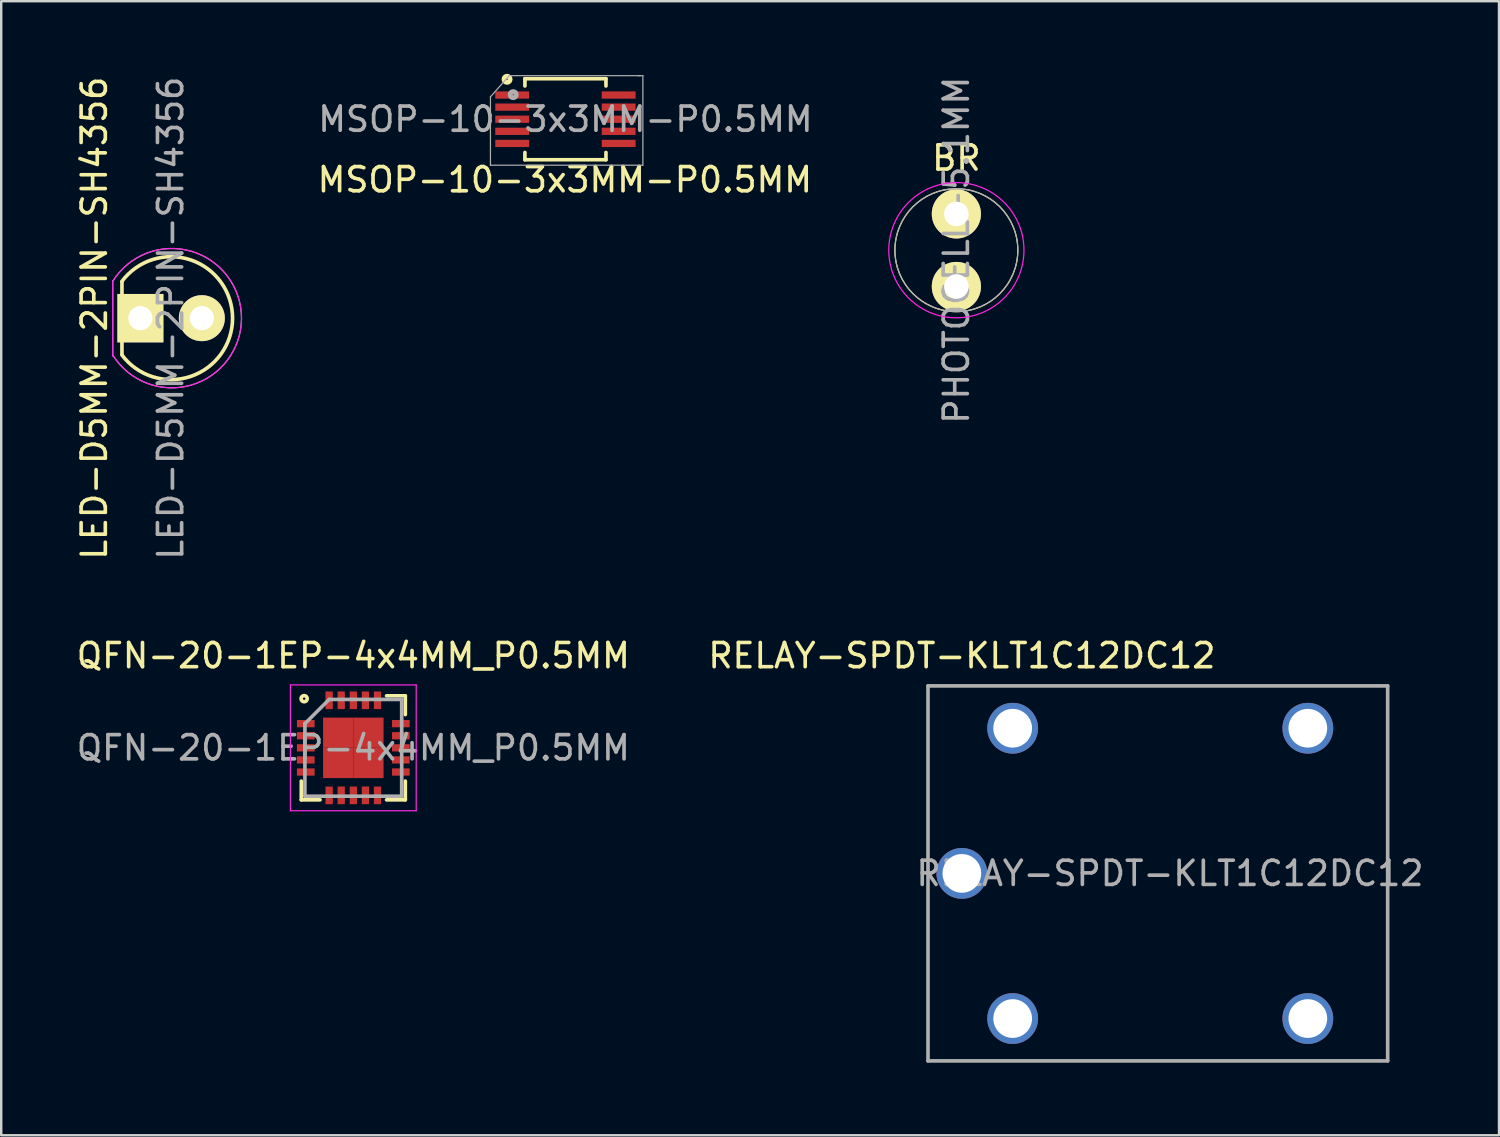
<source format=kicad_pcb>
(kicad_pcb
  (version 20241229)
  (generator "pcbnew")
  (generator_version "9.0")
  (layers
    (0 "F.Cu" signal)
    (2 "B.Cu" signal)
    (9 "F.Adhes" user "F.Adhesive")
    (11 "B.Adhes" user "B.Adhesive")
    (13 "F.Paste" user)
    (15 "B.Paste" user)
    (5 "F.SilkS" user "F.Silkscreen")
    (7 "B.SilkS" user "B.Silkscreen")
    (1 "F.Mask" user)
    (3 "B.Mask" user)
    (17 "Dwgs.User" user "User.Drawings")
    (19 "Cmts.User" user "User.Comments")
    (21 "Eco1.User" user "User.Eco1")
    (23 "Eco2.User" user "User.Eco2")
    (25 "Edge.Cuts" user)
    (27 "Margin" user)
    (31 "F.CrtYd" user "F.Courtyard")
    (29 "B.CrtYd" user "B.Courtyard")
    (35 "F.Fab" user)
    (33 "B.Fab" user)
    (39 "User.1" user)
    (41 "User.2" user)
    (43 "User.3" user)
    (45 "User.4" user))
  (footprint "LED-D5MM-2PIN-SH4356"
    (layer "F.Cu")
    (at 2.753 10.101)
    (property "Reference" "LED-D5MM-2PIN-SH4356" (at 1.25 0 270) (layer "F.Fab") (effects (font (size 1 1) (thickness 0.15))))
    (attr through_hole)
    (fp_line (start -0.762 1.5) (end -0.762 -1.5) (stroke (width 0.15) (type solid)) (layer "F.SilkS"))
    (fp_arc (start -0.762 -1.524) (mid 3.81 0) (end -0.762 1.524) (stroke (width 0.15) (type solid)) (layer "F.SilkS"))
    (fp_line (start -1.143 -1.524) (end -1.143 1.576) (stroke (width 0.05) (type solid)) (layer "F.CrtYd"))
    (fp_arc (start -1.143 -1.524) (mid 4.179379 0) (end -1.143 1.524) (stroke (width 0.05) (type solid)) (layer "F.CrtYd"))
    (fp_line (start -1.143 -1.55) (end -1.143 1.55) (stroke (width 0.05) (type solid)) (layer "F.Fab"))
    (fp_arc (start -1.143 -1.524) (mid 4.179379 0) (end -1.143 1.524) (stroke (width 0.05) (type solid)) (layer "F.Fab"))
    (fp_text user "${REFERENCE}" (at -1.905 0 90) (layer "F.SilkS") (effects (font (size 1 1) (thickness 0.15))))
    (pad "1" thru_hole rect (at 0 0 90) (size 2 1.9) (drill 1.001) (layers "*.Cu" "*.Mask" "F.SilkS"))
    (pad "2" thru_hole circle (at 2.54 0) (size 1.9 1.9) (drill 1.001) (layers "*.Cu" "*.Mask" "F.SilkS")))
  (footprint "MSOP-10-3x3MM-P0.5MM"
    (layer "F.Cu")
    (at 20.322 1.878)
    (property "Reference" "MSOP-10-3x3MM-P0.5MM" (at 0 0 0) (layer "F.Fab") (effects (font (size 1 1) (thickness 0.15))))
    (attr smd)
    (fp_line (start -1.675 -1.675) (end -1.675 -1.375) (stroke (width 0.15) (type solid)) (layer "F.SilkS"))
    (fp_line (start -1.675 -1.675) (end 1.675 -1.675) (stroke (width 0.15) (type solid)) (layer "F.SilkS"))
    (fp_line (start -1.675 1.675) (end -1.675 1.375) (stroke (width 0.15) (type solid)) (layer "F.SilkS"))
    (fp_line (start -1.675 1.675) (end 1.675 1.675) (stroke (width 0.15) (type solid)) (layer "F.SilkS"))
    (fp_line (start 1.675 -1.675) (end 1.675 -1.375) (stroke (width 0.15) (type solid)) (layer "F.SilkS"))
    (fp_line (start 1.675 1.675) (end 1.675 1.375) (stroke (width 0.15) (type solid)) (layer "F.SilkS"))
    (fp_circle (center -2.413 -1.651) (end -2.413 -1.778) (stroke (width 0.2) (type solid)) (fill no) (layer "F.SilkS"))
    (fp_line (start -3.1 -0.925) (end -3.1 1.9) (stroke (width 0.051) (type solid)) (layer "F.Fab"))
    (fp_line (start -3.1 -0.925) (end -2.325 -1.8) (stroke (width 0.05) (type solid)) (layer "F.Fab"))
    (fp_line (start -3.1 1.9) (end 3.2 1.9) (stroke (width 0.051) (type solid)) (layer "F.Fab"))
    (fp_line (start 3.1 -1.8) (end -2.325 -1.8) (stroke (width 0.051) (type solid)) (layer "F.Fab"))
    (fp_line (start 3.2 -1.8) (end 3 -1.8) (stroke (width 0.051) (type solid)) (layer "F.Fab"))
    (fp_line (start 3.2 1.9) (end 3.2 -1.8) (stroke (width 0.051) (type solid)) (layer "F.Fab"))
    (fp_circle (center -2.159 -1.016) (end -2.159 -1.143) (stroke (width 0.2) (type solid)) (fill no) (layer "F.Fab"))
    (fp_text user "${REFERENCE}" (at -0.025 2.502 0) (layer "F.SilkS") (effects (font (size 1 1) (thickness 0.15))))
    (pad "1" smd rect (at -2.2 -1) (size 1.4 0.3) (layers "F.Cu" "F.Mask" "F.Paste"))
    (pad "2" smd rect (at -2.2 -0.5) (size 1.4 0.3) (layers "F.Cu" "F.Mask" "F.Paste"))
    (pad "3" smd rect (at -2.2 0) (size 1.4 0.3) (layers "F.Cu" "F.Mask" "F.Paste"))
    (pad "4" smd rect (at -2.2 0.5) (size 1.4 0.3) (layers "F.Cu" "F.Mask" "F.Paste"))
    (pad "5" smd rect (at -2.2 1) (size 1.4 0.3) (layers "F.Cu" "F.Mask" "F.Paste"))
    (pad "6" smd rect (at 2.2 1) (size 1.4 0.3) (layers "F.Cu" "F.Mask" "F.Paste"))
    (pad "7" smd rect (at 2.2 0.5) (size 1.4 0.3) (layers "F.Cu" "F.Mask" "F.Paste"))
    (pad "8" smd rect (at 2.2 0) (size 1.4 0.3) (layers "F.Cu" "F.Mask" "F.Paste"))
    (pad "9" smd rect (at 2.2 -0.5) (size 1.4 0.3) (layers "F.Cu" "F.Mask" "F.Paste"))
    (pad "10" smd rect (at 2.2 -1) (size 1.4 0.3) (layers "F.Cu" "F.Mask" "F.Paste")))
  (footprint "RELAY-SPDT-KLT1C12DC12"
    (layer "F.Cu")
    (at 36.708 33.051)
    (property "Reference" "RELAY-SPDT-KLT1C12DC12" (at 8.6 0 0) (layer "F.Fab") (effects (font (size 1 1) (thickness 0.15))))
    (attr through_hole)
    (fp_line (start -1.4 -7.75) (end -1.4 7.75) (stroke (width 0.15) (type solid)) (layer "F.Fab"))
    (fp_line (start -1.4 7.75) (end 17.6 7.75) (stroke (width 0.15) (type solid)) (layer "F.Fab"))
    (fp_line (start 17.6 -7.75) (end -1.4 -7.75) (stroke (width 0.15) (type solid)) (layer "F.Fab"))
    (fp_line (start 17.6 7.75) (end 17.6 -7.75) (stroke (width 0.15) (type solid)) (layer "F.Fab"))
    (fp_text user "${REFERENCE}" (at 0 -9 0) (layer "F.SilkS") (effects (font (size 1 1) (thickness 0.15))))
    (pad "+" thru_hole circle (at 2.1 6) (size 2.1 2.1) (drill 1.6) (layers "*.Cu" "*.Mask"))
    (pad "-" thru_hole circle (at 2.1 -6) (size 2.1 2.1) (drill 1.6) (layers "*.Cu" "*.Mask"))
    (pad "COM" thru_hole circle (at 0 0) (size 2.1 2.1) (drill 1.6) (layers "*.Cu" "*.Mask"))
    (pad "NC" thru_hole circle (at 14.3 -6) (size 2.1 2.1) (drill 1.6) (layers "*.Cu" "*.Mask"))
    (pad "NO" thru_hole circle (at 14.3 6) (size 2.1 2.1) (drill 1.6) (layers "*.Cu" "*.Mask")))
  (footprint "QFN-20-1EP-4x4MM_P0.5MM"
    (layer "F.Cu")
    (at 11.554 27.861)
    (property "Reference" "QFN-20-1EP-4x4MM_P0.5MM" (at 0 0 0) (layer "F.Fab") (effects (font (size 1 1) (thickness 0.15))))
    (attr smd)
    (fp_line (start -2.15 2.15) (end -2.15 1.375) (stroke (width 0.15) (type solid)) (layer "F.SilkS"))
    (fp_line (start -2.15 2.15) (end -1.375 2.15) (stroke (width 0.15) (type solid)) (layer "F.SilkS"))
    (fp_line (start 2.15 -2.15) (end 1.375 -2.15) (stroke (width 0.15) (type solid)) (layer "F.SilkS"))
    (fp_line (start 2.15 -2.15) (end 2.15 -1.375) (stroke (width 0.15) (type solid)) (layer "F.SilkS"))
    (fp_line (start 2.15 2.15) (end 1.375 2.15) (stroke (width 0.15) (type solid)) (layer "F.SilkS"))
    (fp_line (start 2.15 2.15) (end 2.15 1.375) (stroke (width 0.15) (type solid)) (layer "F.SilkS"))
    (fp_circle (center -2.032 -2.032) (end -1.905 -2.032) (stroke (width 0.152) (type solid)) (fill no) (layer "F.SilkS"))
    (fp_line (start -2.6 -2.6) (end -2.6 2.6) (stroke (width 0.05) (type solid)) (layer "F.CrtYd"))
    (fp_line (start -2.6 -2.6) (end 2.6 -2.6) (stroke (width 0.05) (type solid)) (layer "F.CrtYd"))
    (fp_line (start -2.6 2.6) (end 2.6 2.6) (stroke (width 0.05) (type solid)) (layer "F.CrtYd"))
    (fp_line (start 2.6 -2.6) (end 2.6 2.6) (stroke (width 0.05) (type solid)) (layer "F.CrtYd"))
    (fp_line (start -2 -1) (end -1 -2) (stroke (width 0.15) (type solid)) (layer "F.Fab"))
    (fp_line (start -2 2) (end -2 -1) (stroke (width 0.15) (type solid)) (layer "F.Fab"))
    (fp_line (start -1 -2) (end 2 -2) (stroke (width 0.15) (type solid)) (layer "F.Fab"))
    (fp_line (start 2 -2) (end 2 2) (stroke (width 0.15) (type solid)) (layer "F.Fab"))
    (fp_line (start 2 2) (end -2 2) (stroke (width 0.15) (type solid)) (layer "F.Fab"))
    (fp_text user "${REFERENCE}" (at 0 -3.81 0) (layer "F.SilkS") (effects (font (size 1 1) (thickness 0.15))))
    (pad "1" smd rect (at -1.965 -1) (size 0.73 0.3) (layers "F.Cu" "F.Mask" "F.Paste"))
    (pad "2" smd rect (at -1.965 -0.5) (size 0.73 0.3) (layers "F.Cu" "F.Mask" "F.Paste"))
    (pad "3" smd rect (at -1.965 0) (size 0.73 0.3) (layers "F.Cu" "F.Mask" "F.Paste"))
    (pad "4" smd rect (at -1.965 0.5) (size 0.73 0.3) (layers "F.Cu" "F.Mask" "F.Paste"))
    (pad "5" smd rect (at -1.965 1) (size 0.73 0.3) (layers "F.Cu" "F.Mask" "F.Paste"))
    (pad "6" smd rect (at -1 1.965 90) (size 0.73 0.3) (layers "F.Cu" "F.Mask" "F.Paste"))
    (pad "7" smd rect (at -0.5 1.965 90) (size 0.73 0.3) (layers "F.Cu" "F.Mask" "F.Paste"))
    (pad "8" smd rect (at 0 1.965 90) (size 0.73 0.3) (layers "F.Cu" "F.Mask" "F.Paste"))
    (pad "9" smd rect (at 0.5 1.965 90) (size 0.73 0.3) (layers "F.Cu" "F.Mask" "F.Paste"))
    (pad "10" smd rect (at 1 1.965 90) (size 0.73 0.3) (layers "F.Cu" "F.Mask" "F.Paste"))
    (pad "11" smd rect (at 1.965 1) (size 0.73 0.3) (layers "F.Cu" "F.Mask" "F.Paste"))
    (pad "12" smd rect (at 1.965 0.5) (size 0.73 0.3) (layers "F.Cu" "F.Mask" "F.Paste"))
    (pad "13" smd rect (at 1.965 0) (size 0.73 0.3) (layers "F.Cu" "F.Mask" "F.Paste"))
    (pad "14" smd rect (at 1.965 -0.5) (size 0.73 0.3) (layers "F.Cu" "F.Mask" "F.Paste"))
    (pad "15" smd rect (at 1.965 -1) (size 0.73 0.3) (layers "F.Cu" "F.Mask" "F.Paste"))
    (pad "16" smd rect (at 1 -1.965 90) (size 0.73 0.3) (layers "F.Cu" "F.Mask" "F.Paste"))
    (pad "17" smd rect (at 0.5 -1.965 90) (size 0.73 0.3) (layers "F.Cu" "F.Mask" "F.Paste"))
    (pad "18" smd rect (at 0 -1.965 90) (size 0.73 0.3) (layers "F.Cu" "F.Mask" "F.Paste"))
    (pad "19" smd rect (at -0.5 -1.965 90) (size 0.73 0.3) (layers "F.Cu" "F.Mask" "F.Paste"))
    (pad "20" smd rect (at -1 -1.965 90) (size 0.73 0.3) (layers "F.Cu" "F.Mask" "F.Paste"))
    (pad "21" smd rect (at -0.625 -0.625) (size 1.25 1.25) (layers "F.Cu" "F.Mask" "F.Paste"))
    (pad "21" smd rect (at -0.625 0.625) (size 1.25 1.25) (layers "F.Cu" "F.Mask" "F.Paste"))
    (pad "21" smd rect (at 0.625 -0.625) (size 1.25 1.25) (layers "F.Cu" "F.Mask" "F.Paste"))
    (pad "21" smd rect (at 0.625 0.625) (size 1.25 1.25) (layers "F.Cu" "F.Mask" "F.Paste")))
  (footprint "PHOTOCELL-5.1MM"
    (layer "F.Cu")
    (at 36.481 7.292)
    (property "Reference" "PHOTOCELL-5.1MM" (at 0 0 90) (layer "F.Fab") (effects (font (size 1 1) (thickness 0.15))))
    (attr through_hole)
    (fp_circle (center 0 0) (end 2.54 0) (stroke (width 0.05) (type solid)) (fill no) (layer "F.SilkS"))
    (fp_circle (center 0 0) (end 2.794 0) (stroke (width 0.05) (type solid)) (fill no) (layer "F.CrtYd"))
    (fp_circle (center 0 0) (end 2.54 0) (stroke (width 0.05) (type solid)) (fill no) (layer "F.Fab"))
    (fp_text user "BR" (at 0 -3.81 0) (layer "F.SilkS") (effects (font (size 1 1) (thickness 0.15))))
    (pad "1" thru_hole circle (at 0 -1.5) (size 2.032 2.032) (drill 1.016) (layers "*.Cu" "*.Mask" "F.SilkS"))
    (pad "2" thru_hole oval (at 0 1.5) (size 2.032 2.032) (drill 1.016) (layers "*.Cu" "*.Mask" "F.SilkS")))
  (gr_rect
    (start -3 -3)
    (end 58.91 43.876)
    (stroke (width 0.1) (type default))
    (fill no)
    (layer "Edge.Cuts")))
</source>
